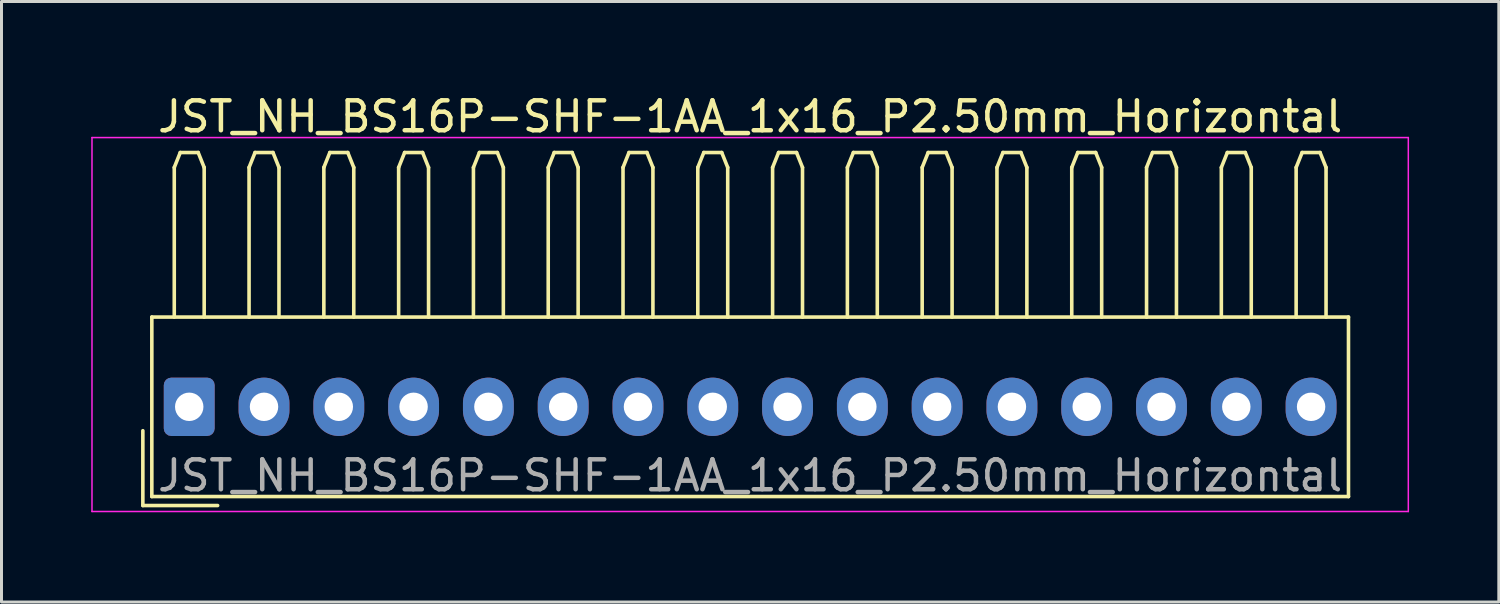
<source format=kicad_pcb>
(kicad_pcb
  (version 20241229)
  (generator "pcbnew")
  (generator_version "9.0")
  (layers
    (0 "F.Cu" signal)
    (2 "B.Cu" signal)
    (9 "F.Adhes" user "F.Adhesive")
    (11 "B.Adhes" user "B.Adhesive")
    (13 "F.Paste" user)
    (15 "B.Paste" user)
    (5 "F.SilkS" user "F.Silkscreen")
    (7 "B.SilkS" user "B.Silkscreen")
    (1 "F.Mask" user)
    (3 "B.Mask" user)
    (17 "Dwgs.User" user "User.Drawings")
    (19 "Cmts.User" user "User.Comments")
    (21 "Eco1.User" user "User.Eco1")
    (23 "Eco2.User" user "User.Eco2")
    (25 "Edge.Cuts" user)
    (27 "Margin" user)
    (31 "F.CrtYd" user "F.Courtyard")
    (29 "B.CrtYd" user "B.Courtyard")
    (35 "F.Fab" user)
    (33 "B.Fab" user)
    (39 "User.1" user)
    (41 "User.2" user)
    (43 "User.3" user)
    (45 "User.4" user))
  (footprint "JST_NH_BS16P-SHF-1AA_1x16_P2.50mm_Horizontal"
    (layer "F.Cu")
    (at 3.275 10.548)
    (property "Reference" "JST_NH_BS16P-SHF-1AA_1x16_P2.50mm_Horizontal" (at 18.75 -9.7 0) (layer "F.SilkS") (effects (font (size 1 1) (thickness 0.15))))
    (attr through_hole)
    (fp_line (start -1.55 0.8) (end -1.55 3.3) (stroke (width 0.12) (type solid)) (layer "F.SilkS"))
    (fp_line (start -1.55 3.3) (end 0.95 3.3) (stroke (width 0.12) (type solid)) (layer "F.SilkS"))
    (fp_line (start -1.25 -3) (end -1.25 3) (stroke (width 0.12) (type solid)) (layer "F.SilkS"))
    (fp_line (start -1.25 3) (end 38.75 3) (stroke (width 0.12) (type solid)) (layer "F.SilkS"))
    (fp_line (start -0.5 -8) (end -0.3 -8.5) (stroke (width 0.12) (type solid)) (layer "F.SilkS"))
    (fp_line (start -0.5 -3) (end -0.5 -8) (stroke (width 0.12) (type solid)) (layer "F.SilkS"))
    (fp_line (start -0.3 -8.5) (end 0.3 -8.5) (stroke (width 0.12) (type solid)) (layer "F.SilkS"))
    (fp_line (start 0.3 -8.5) (end 0.5 -8) (stroke (width 0.12) (type solid)) (layer "F.SilkS"))
    (fp_line (start 0.5 -8) (end 0.5 -3) (stroke (width 0.12) (type solid)) (layer "F.SilkS"))
    (fp_line (start 2 -8) (end 2.2 -8.5) (stroke (width 0.12) (type solid)) (layer "F.SilkS"))
    (fp_line (start 2 -3) (end 2 -8) (stroke (width 0.12) (type solid)) (layer "F.SilkS"))
    (fp_line (start 2.2 -8.5) (end 2.8 -8.5) (stroke (width 0.12) (type solid)) (layer "F.SilkS"))
    (fp_line (start 2.8 -8.5) (end 3 -8) (stroke (width 0.12) (type solid)) (layer "F.SilkS"))
    (fp_line (start 3 -8) (end 3 -3) (stroke (width 0.12) (type solid)) (layer "F.SilkS"))
    (fp_line (start 4.5 -8) (end 4.7 -8.5) (stroke (width 0.12) (type solid)) (layer "F.SilkS"))
    (fp_line (start 4.5 -3) (end 4.5 -8) (stroke (width 0.12) (type solid)) (layer "F.SilkS"))
    (fp_line (start 4.7 -8.5) (end 5.3 -8.5) (stroke (width 0.12) (type solid)) (layer "F.SilkS"))
    (fp_line (start 5.3 -8.5) (end 5.5 -8) (stroke (width 0.12) (type solid)) (layer "F.SilkS"))
    (fp_line (start 5.5 -8) (end 5.5 -3) (stroke (width 0.12) (type solid)) (layer "F.SilkS"))
    (fp_line (start 7 -8) (end 7.2 -8.5) (stroke (width 0.12) (type solid)) (layer "F.SilkS"))
    (fp_line (start 7 -3) (end 7 -8) (stroke (width 0.12) (type solid)) (layer "F.SilkS"))
    (fp_line (start 7.2 -8.5) (end 7.8 -8.5) (stroke (width 0.12) (type solid)) (layer "F.SilkS"))
    (fp_line (start 7.8 -8.5) (end 8 -8) (stroke (width 0.12) (type solid)) (layer "F.SilkS"))
    (fp_line (start 8 -8) (end 8 -3) (stroke (width 0.12) (type solid)) (layer "F.SilkS"))
    (fp_line (start 9.5 -8) (end 9.7 -8.5) (stroke (width 0.12) (type solid)) (layer "F.SilkS"))
    (fp_line (start 9.5 -3) (end 9.5 -8) (stroke (width 0.12) (type solid)) (layer "F.SilkS"))
    (fp_line (start 9.7 -8.5) (end 10.3 -8.5) (stroke (width 0.12) (type solid)) (layer "F.SilkS"))
    (fp_line (start 10.3 -8.5) (end 10.5 -8) (stroke (width 0.12) (type solid)) (layer "F.SilkS"))
    (fp_line (start 10.5 -8) (end 10.5 -3) (stroke (width 0.12) (type solid)) (layer "F.SilkS"))
    (fp_line (start 12 -8) (end 12.2 -8.5) (stroke (width 0.12) (type solid)) (layer "F.SilkS"))
    (fp_line (start 12 -3) (end 12 -8) (stroke (width 0.12) (type solid)) (layer "F.SilkS"))
    (fp_line (start 12.2 -8.5) (end 12.8 -8.5) (stroke (width 0.12) (type solid)) (layer "F.SilkS"))
    (fp_line (start 12.8 -8.5) (end 13 -8) (stroke (width 0.12) (type solid)) (layer "F.SilkS"))
    (fp_line (start 13 -8) (end 13 -3) (stroke (width 0.12) (type solid)) (layer "F.SilkS"))
    (fp_line (start 14.5 -8) (end 14.7 -8.5) (stroke (width 0.12) (type solid)) (layer "F.SilkS"))
    (fp_line (start 14.5 -3) (end 14.5 -8) (stroke (width 0.12) (type solid)) (layer "F.SilkS"))
    (fp_line (start 14.7 -8.5) (end 15.3 -8.5) (stroke (width 0.12) (type solid)) (layer "F.SilkS"))
    (fp_line (start 15.3 -8.5) (end 15.5 -8) (stroke (width 0.12) (type solid)) (layer "F.SilkS"))
    (fp_line (start 15.5 -8) (end 15.5 -3) (stroke (width 0.12) (type solid)) (layer "F.SilkS"))
    (fp_line (start 17 -8) (end 17.2 -8.5) (stroke (width 0.12) (type solid)) (layer "F.SilkS"))
    (fp_line (start 17 -3) (end 17 -8) (stroke (width 0.12) (type solid)) (layer "F.SilkS"))
    (fp_line (start 17.2 -8.5) (end 17.8 -8.5) (stroke (width 0.12) (type solid)) (layer "F.SilkS"))
    (fp_line (start 17.8 -8.5) (end 18 -8) (stroke (width 0.12) (type solid)) (layer "F.SilkS"))
    (fp_line (start 18 -8) (end 18 -3) (stroke (width 0.12) (type solid)) (layer "F.SilkS"))
    (fp_line (start 19.5 -8) (end 19.7 -8.5) (stroke (width 0.12) (type solid)) (layer "F.SilkS"))
    (fp_line (start 19.5 -3) (end 19.5 -8) (stroke (width 0.12) (type solid)) (layer "F.SilkS"))
    (fp_line (start 19.7 -8.5) (end 20.3 -8.5) (stroke (width 0.12) (type solid)) (layer "F.SilkS"))
    (fp_line (start 20.3 -8.5) (end 20.5 -8) (stroke (width 0.12) (type solid)) (layer "F.SilkS"))
    (fp_line (start 20.5 -8) (end 20.5 -3) (stroke (width 0.12) (type solid)) (layer "F.SilkS"))
    (fp_line (start 22 -8) (end 22.2 -8.5) (stroke (width 0.12) (type solid)) (layer "F.SilkS"))
    (fp_line (start 22 -3) (end 22 -8) (stroke (width 0.12) (type solid)) (layer "F.SilkS"))
    (fp_line (start 22.2 -8.5) (end 22.8 -8.5) (stroke (width 0.12) (type solid)) (layer "F.SilkS"))
    (fp_line (start 22.8 -8.5) (end 23 -8) (stroke (width 0.12) (type solid)) (layer "F.SilkS"))
    (fp_line (start 23 -8) (end 23 -3) (stroke (width 0.12) (type solid)) (layer "F.SilkS"))
    (fp_line (start 24.5 -8) (end 24.7 -8.5) (stroke (width 0.12) (type solid)) (layer "F.SilkS"))
    (fp_line (start 24.5 -3) (end 24.5 -8) (stroke (width 0.12) (type solid)) (layer "F.SilkS"))
    (fp_line (start 24.7 -8.5) (end 25.3 -8.5) (stroke (width 0.12) (type solid)) (layer "F.SilkS"))
    (fp_line (start 25.3 -8.5) (end 25.5 -8) (stroke (width 0.12) (type solid)) (layer "F.SilkS"))
    (fp_line (start 25.5 -8) (end 25.5 -3) (stroke (width 0.12) (type solid)) (layer "F.SilkS"))
    (fp_line (start 27 -8) (end 27.2 -8.5) (stroke (width 0.12) (type solid)) (layer "F.SilkS"))
    (fp_line (start 27 -3) (end 27 -8) (stroke (width 0.12) (type solid)) (layer "F.SilkS"))
    (fp_line (start 27.2 -8.5) (end 27.8 -8.5) (stroke (width 0.12) (type solid)) (layer "F.SilkS"))
    (fp_line (start 27.8 -8.5) (end 28 -8) (stroke (width 0.12) (type solid)) (layer "F.SilkS"))
    (fp_line (start 28 -8) (end 28 -3) (stroke (width 0.12) (type solid)) (layer "F.SilkS"))
    (fp_line (start 29.5 -8) (end 29.7 -8.5) (stroke (width 0.12) (type solid)) (layer "F.SilkS"))
    (fp_line (start 29.5 -3) (end 29.5 -8) (stroke (width 0.12) (type solid)) (layer "F.SilkS"))
    (fp_line (start 29.7 -8.5) (end 30.3 -8.5) (stroke (width 0.12) (type solid)) (layer "F.SilkS"))
    (fp_line (start 30.3 -8.5) (end 30.5 -8) (stroke (width 0.12) (type solid)) (layer "F.SilkS"))
    (fp_line (start 30.5 -8) (end 30.5 -3) (stroke (width 0.12) (type solid)) (layer "F.SilkS"))
    (fp_line (start 32 -8) (end 32.2 -8.5) (stroke (width 0.12) (type solid)) (layer "F.SilkS"))
    (fp_line (start 32 -3) (end 32 -8) (stroke (width 0.12) (type solid)) (layer "F.SilkS"))
    (fp_line (start 32.2 -8.5) (end 32.8 -8.5) (stroke (width 0.12) (type solid)) (layer "F.SilkS"))
    (fp_line (start 32.8 -8.5) (end 33 -8) (stroke (width 0.12) (type solid)) (layer "F.SilkS"))
    (fp_line (start 33 -8) (end 33 -3) (stroke (width 0.12) (type solid)) (layer "F.SilkS"))
    (fp_line (start 34.5 -8) (end 34.7 -8.5) (stroke (width 0.12) (type solid)) (layer "F.SilkS"))
    (fp_line (start 34.5 -3) (end 34.5 -8) (stroke (width 0.12) (type solid)) (layer "F.SilkS"))
    (fp_line (start 34.7 -8.5) (end 35.3 -8.5) (stroke (width 0.12) (type solid)) (layer "F.SilkS"))
    (fp_line (start 35.3 -8.5) (end 35.5 -8) (stroke (width 0.12) (type solid)) (layer "F.SilkS"))
    (fp_line (start 35.5 -8) (end 35.5 -3) (stroke (width 0.12) (type solid)) (layer "F.SilkS"))
    (fp_line (start 37 -8) (end 37.2 -8.5) (stroke (width 0.12) (type solid)) (layer "F.SilkS"))
    (fp_line (start 37 -3) (end 37 -8) (stroke (width 0.12) (type solid)) (layer "F.SilkS"))
    (fp_line (start 37.2 -8.5) (end 37.8 -8.5) (stroke (width 0.12) (type solid)) (layer "F.SilkS"))
    (fp_line (start 37.8 -8.5) (end 38 -8) (stroke (width 0.12) (type solid)) (layer "F.SilkS"))
    (fp_line (start 38 -8) (end 38 -3) (stroke (width 0.12) (type solid)) (layer "F.SilkS"))
    (fp_line (start 38.75 -3) (end -1.25 -3) (stroke (width 0.12) (type solid)) (layer "F.SilkS"))
    (fp_line (start 38.75 3) (end 38.75 -3) (stroke (width 0.12) (type solid)) (layer "F.SilkS"))
    (fp_line (start -3.25 -9) (end -3.25 3.5) (stroke (width 0.05) (type solid)) (layer "F.CrtYd"))
    (fp_line (start -3.25 3.5) (end 40.75 3.5) (stroke (width 0.05) (type solid)) (layer "F.CrtYd"))
    (fp_line (start 40.75 -9) (end -3.25 -9) (stroke (width 0.05) (type solid)) (layer "F.CrtYd"))
    (fp_line (start 40.75 3.5) (end 40.75 -9) (stroke (width 0.05) (type solid)) (layer "F.CrtYd"))
    (fp_text user "${REFERENCE}" (at 18.75 2.3 0) (layer "F.Fab") (effects (font (size 1 1) (thickness 0.15))))
    (pad "1" thru_hole roundrect (at 0 0) (size 1.7 1.95) (drill 0.95) (layers "*.Cu" "*.Mask") (roundrect_rratio 0.147))
    (pad "2" thru_hole oval (at 2.5 0) (size 1.7 1.95) (drill 0.95) (layers "*.Cu" "*.Mask"))
    (pad "3" thru_hole oval (at 5 0) (size 1.7 1.95) (drill 0.95) (layers "*.Cu" "*.Mask"))
    (pad "4" thru_hole oval (at 7.5 0) (size 1.7 1.95) (drill 0.95) (layers "*.Cu" "*.Mask"))
    (pad "5" thru_hole oval (at 10 0) (size 1.7 1.95) (drill 0.95) (layers "*.Cu" "*.Mask"))
    (pad "6" thru_hole oval (at 12.5 0) (size 1.7 1.95) (drill 0.95) (layers "*.Cu" "*.Mask"))
    (pad "7" thru_hole oval (at 15 0) (size 1.7 1.95) (drill 0.95) (layers "*.Cu" "*.Mask"))
    (pad "8" thru_hole oval (at 17.5 0) (size 1.7 1.95) (drill 0.95) (layers "*.Cu" "*.Mask"))
    (pad "9" thru_hole oval (at 20 0) (size 1.7 1.95) (drill 0.95) (layers "*.Cu" "*.Mask"))
    (pad "10" thru_hole oval (at 22.5 0) (size 1.7 1.95) (drill 0.95) (layers "*.Cu" "*.Mask"))
    (pad "11" thru_hole oval (at 25 0) (size 1.7 1.95) (drill 0.95) (layers "*.Cu" "*.Mask"))
    (pad "12" thru_hole oval (at 27.5 0) (size 1.7 1.95) (drill 0.95) (layers "*.Cu" "*.Mask"))
    (pad "13" thru_hole oval (at 30 0) (size 1.7 1.95) (drill 0.95) (layers "*.Cu" "*.Mask"))
    (pad "14" thru_hole oval (at 32.5 0) (size 1.7 1.95) (drill 0.95) (layers "*.Cu" "*.Mask"))
    (pad "15" thru_hole oval (at 35 0) (size 1.7 1.95) (drill 0.95) (layers "*.Cu" "*.Mask"))
    (pad "16" thru_hole oval (at 37.5 0) (size 1.7 1.95) (drill 0.95) (layers "*.Cu" "*.Mask")))
  (gr_rect
    (start -3 -3)
    (end 47.05 17.073)
    (stroke (width 0.1) (type default))
    (fill no)
    (layer "Edge.Cuts")))
</source>
